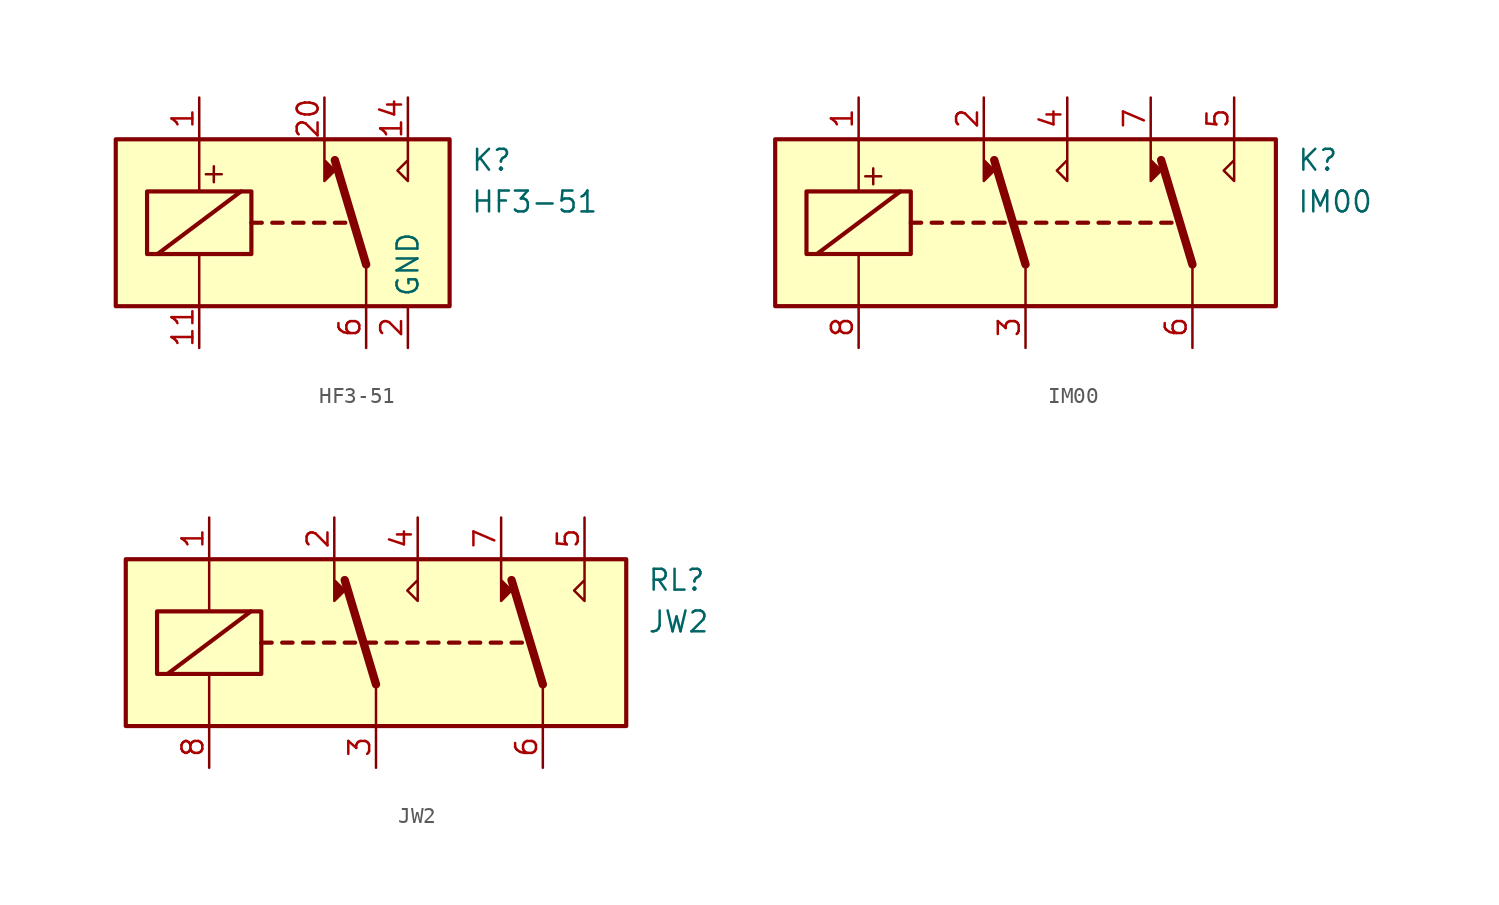
<source format=kicad_sym>
(kicad_symbol_lib
  (version 20220914)
  (generator kicad_symbol_editor)
  (symbol "HF3-51"
    (property "Reference" "K"
      (at 11.43 3.81 0)
      (effects (font (size 1.27 1.27)) (justify left)))
    (property "Value" "HF3-51"
      (at 11.43 1.27 0)
      (effects (font (size 1.27 1.27)) (justify left)))
    (symbol "HF3-51_0_0"
      (polyline (pts (xy 7.62 5.08) (xy 7.62 2.54) (xy 6.985 3.175) (xy 7.62 3.81)) (stroke (width 0) (type default)) (fill (type none)))
      (text "+" (at -4.191 3.048 0) (effects (font (size 1.27 1.27)))))
    (symbol "HF3-51_0_1"
      (rectangle (start -10.16 5.08) (end 10.16 -5.08) (stroke (width 0.254) (type default)) (fill (type background)))
      (rectangle (start -8.255 1.905) (end -1.905 -1.905) (stroke (width 0.254) (type default)) (fill (type none)))
      (polyline (pts (xy -7.62 -1.905) (xy -2.54 1.905)) (stroke (width 0.254) (type default)) (fill (type none)))
      (polyline (pts (xy -5.08 -5.08) (xy -5.08 -1.905)) (stroke (width 0) (type default)) (fill (type none)))
      (polyline (pts (xy -5.08 5.08) (xy -5.08 1.905)) (stroke (width 0) (type default)) (fill (type none)))
      (polyline (pts (xy -1.905 0) (xy -1.27 0)) (stroke (width 0.254) (type default)) (fill (type none)))
      (polyline (pts (xy -0.635 0) (xy 0 0)) (stroke (width 0.254) (type default)) (fill (type none)))
      (polyline (pts (xy 0.635 0) (xy 1.27 0)) (stroke (width 0.254) (type default)) (fill (type none)))
      (polyline (pts (xy 1.905 0) (xy 2.54 0)) (stroke (width 0.254) (type default)) (fill (type none)))
      (polyline (pts (xy 3.175 0) (xy 3.81 0)) (stroke (width 0.254) (type default)) (fill (type none)))
      (polyline (pts (xy 5.08 -2.54) (xy 3.175 3.81)) (stroke (width 0.508) (type default)) (fill (type none)))
      (polyline (pts (xy 5.08 -2.54) (xy 5.08 -5.08)) (stroke (width 0) (type default)) (fill (type none)))
      (polyline (pts (xy 2.54 5.08) (xy 2.54 2.54) (xy 3.175 3.175) (xy 2.54 3.81)) (stroke (width 0) (type default)) (fill (type outline))))
    (symbol "HF3-51_1_1"
      (pin passive line (at -5.08 7.62 270) (length 2.54) (name "~" (effects (font (size 1.27 1.27)))) (number "1" (effects (font (size 1.27 1.27)))))
      (pin passive line (at 7.62 -7.62 90) (length 2.54) hide (name "GND" (effects (font (size 1.27 1.27)))) (number "10" (effects (font (size 1.27 1.27)))))
      (pin passive line (at -5.08 -7.62 90) (length 2.54) (name "~" (effects (font (size 1.27 1.27)))) (number "11" (effects (font (size 1.27 1.27)))))
      (pin passive line (at 7.62 -7.62 90) (length 2.54) hide (name "GND" (effects (font (size 1.27 1.27)))) (number "12" (effects (font (size 1.27 1.27)))))
      (pin passive line (at 7.62 -7.62 90) (length 2.54) hide (name "GND" (effects (font (size 1.27 1.27)))) (number "13" (effects (font (size 1.27 1.27)))))
      (pin passive line (at 7.62 7.62 270) (length 2.54) (name "~" (effects (font (size 1.27 1.27)))) (number "14" (effects (font (size 1.27 1.27)))))
      (pin passive line (at 7.62 -7.62 90) (length 2.54) hide (name "GND" (effects (font (size 1.27 1.27)))) (number "15" (effects (font (size 1.27 1.27)))))
      (pin passive line (at 7.62 -7.62 90) (length 2.54) hide (name "GND" (effects (font (size 1.27 1.27)))) (number "17" (effects (font (size 1.27 1.27)))))
      (pin passive line (at 7.62 -7.62 90) (length 2.54) hide (name "GND" (effects (font (size 1.27 1.27)))) (number "19" (effects (font (size 1.27 1.27)))))
      (pin power_in line (at 7.62 -7.62 90) (length 2.54) (name "GND" (effects (font (size 1.27 1.27)))) (number "2" (effects (font (size 1.27 1.27)))))
      (pin passive line (at 2.54 7.62 270) (length 2.54) (name "~" (effects (font (size 1.27 1.27)))) (number "20" (effects (font (size 1.27 1.27)))))
      (pin passive line (at 7.62 -7.62 90) (length 2.54) hide (name "GND" (effects (font (size 1.27 1.27)))) (number "21" (effects (font (size 1.27 1.27)))))
      (pin passive line (at 7.62 -7.62 90) (length 2.54) hide (name "GND" (effects (font (size 1.27 1.27)))) (number "22" (effects (font (size 1.27 1.27)))))
      (pin passive line (at 7.62 -7.62 90) (length 2.54) hide (name "GND" (effects (font (size 1.27 1.27)))) (number "5" (effects (font (size 1.27 1.27)))))
      (pin passive line (at 5.08 -7.62 90) (length 2.54) (name "~" (effects (font (size 1.27 1.27)))) (number "6" (effects (font (size 1.27 1.27)))))
      (pin passive line (at 7.62 -7.62 90) (length 2.54) hide (name "GND" (effects (font (size 1.27 1.27)))) (number "7" (effects (font (size 1.27 1.27)))))))
  (symbol "IM00"
    (property "Reference" "K"
      (at 16.51 3.81 0)
      (effects (font (size 1.27 1.27)) (justify left)))
    (property "Value" "IM00"
      (at 16.51 1.27 0)
      (effects (font (size 1.27 1.27)) (justify left)))
    (symbol "IM00_0_0"
      (text "+" (at -9.271 2.921 0) (effects (font (size 1.27 1.27)))))
    (symbol "IM00_0_1"
      (rectangle (start -15.24 5.08) (end 15.24 -5.08) (stroke (width 0.254) (type default)) (fill (type background)))
      (rectangle (start -13.335 1.905) (end -6.985 -1.905) (stroke (width 0.254) (type default)) (fill (type none)))
      (polyline (pts (xy -12.7 -1.905) (xy -7.62 1.905)) (stroke (width 0.254) (type default)) (fill (type none)))
      (polyline (pts (xy -10.16 -5.08) (xy -10.16 -1.905)) (stroke (width 0) (type default)) (fill (type none)))
      (polyline (pts (xy -10.16 5.08) (xy -10.16 1.905)) (stroke (width 0) (type default)) (fill (type none)))
      (polyline (pts (xy -6.985 0) (xy -6.35 0)) (stroke (width 0.254) (type default)) (fill (type none)))
      (polyline (pts (xy -5.715 0) (xy -5.08 0)) (stroke (width 0.254) (type default)) (fill (type none)))
      (polyline (pts (xy -4.445 0) (xy -3.81 0)) (stroke (width 0.254) (type default)) (fill (type none)))
      (polyline (pts (xy -3.175 0) (xy -2.54 0)) (stroke (width 0.254) (type default)) (fill (type none)))
      (polyline (pts (xy -1.905 0) (xy -1.27 0)) (stroke (width 0.254) (type default)) (fill (type none)))
      (polyline (pts (xy -0.635 0) (xy 0 0)) (stroke (width 0.254) (type default)) (fill (type none)))
      (polyline (pts (xy 0 -2.54) (xy -1.905 3.81)) (stroke (width 0.508) (type default)) (fill (type none)))
      (polyline (pts (xy 0 -2.54) (xy 0 -5.08)) (stroke (width 0) (type default)) (fill (type none)))
      (polyline (pts (xy 0.635 0) (xy 1.27 0)) (stroke (width 0.254) (type default)) (fill (type none)))
      (polyline (pts (xy 1.905 0) (xy 2.54 0)) (stroke (width 0.254) (type default)) (fill (type none)))
      (polyline (pts (xy 3.175 0) (xy 3.81 0)) (stroke (width 0.254) (type default)) (fill (type none)))
      (polyline (pts (xy 4.445 0) (xy 5.08 0)) (stroke (width 0.254) (type default)) (fill (type none)))
      (polyline (pts (xy 5.715 0) (xy 6.35 0)) (stroke (width 0.254) (type default)) (fill (type none)))
      (polyline (pts (xy 6.985 0) (xy 7.62 0)) (stroke (width 0.254) (type default)) (fill (type none)))
      (polyline (pts (xy 8.255 0) (xy 8.89 0)) (stroke (width 0.254) (type default)) (fill (type none)))
      (polyline (pts (xy 10.16 -2.54) (xy 8.255 3.81)) (stroke (width 0.508) (type default)) (fill (type none)))
      (polyline (pts (xy 10.16 -2.54) (xy 10.16 -5.08)) (stroke (width 0) (type default)) (fill (type none)))
      (polyline (pts (xy -2.54 5.08) (xy -2.54 2.54) (xy -1.905 3.175) (xy -2.54 3.81)) (stroke (width 0) (type default)) (fill (type outline)))
      (polyline (pts (xy 2.54 5.08) (xy 2.54 2.54) (xy 1.905 3.175) (xy 2.54 3.81)) (stroke (width 0) (type default)) (fill (type none)))
      (polyline (pts (xy 7.62 5.08) (xy 7.62 2.54) (xy 8.255 3.175) (xy 7.62 3.81)) (stroke (width 0) (type default)) (fill (type outline)))
      (polyline (pts (xy 12.7 5.08) (xy 12.7 2.54) (xy 12.065 3.175) (xy 12.7 3.81)) (stroke (width 0) (type default)) (fill (type none))))
    (symbol "IM00_1_1"
      (pin passive line (at -10.16 7.62 270) (length 2.54) (name "~" (effects (font (size 1.27 1.27)))) (number "1" (effects (font (size 1.27 1.27)))))
      (pin passive line (at -2.54 7.62 270) (length 2.54) (name "~" (effects (font (size 1.27 1.27)))) (number "2" (effects (font (size 1.27 1.27)))))
      (pin passive line (at 0 -7.62 90) (length 2.54) (name "~" (effects (font (size 1.27 1.27)))) (number "3" (effects (font (size 1.27 1.27)))))
      (pin passive line (at 2.54 7.62 270) (length 2.54) (name "~" (effects (font (size 1.27 1.27)))) (number "4" (effects (font (size 1.27 1.27)))))
      (pin passive line (at 12.7 7.62 270) (length 2.54) (name "~" (effects (font (size 1.27 1.27)))) (number "5" (effects (font (size 1.27 1.27)))))
      (pin passive line (at 10.16 -7.62 90) (length 2.54) (name "~" (effects (font (size 1.27 1.27)))) (number "6" (effects (font (size 1.27 1.27)))))
      (pin passive line (at 7.62 7.62 270) (length 2.54) (name "~" (effects (font (size 1.27 1.27)))) (number "7" (effects (font (size 1.27 1.27)))))
      (pin passive line (at -10.16 -7.62 90) (length 2.54) (name "~" (effects (font (size 1.27 1.27)))) (number "8" (effects (font (size 1.27 1.27)))))))
  (symbol "JW2"
    (property "Reference" "RL"
      (at 16.51 3.81 0)
      (effects (font (size 1.27 1.27)) (justify left)))
    (property "Value" "JW2"
      (at 16.51 1.27 0)
      (effects (font (size 1.27 1.27)) (justify left)))
    (symbol "JW2_0_1"
      (rectangle (start -15.24 5.08) (end 15.24 -5.08) (stroke (width 0.254) (type default)) (fill (type background)))
      (rectangle (start -13.335 1.905) (end -6.985 -1.905) (stroke (width 0.254) (type default)) (fill (type none)))
      (polyline (pts (xy -12.7 -1.905) (xy -7.62 1.905)) (stroke (width 0.254) (type default)) (fill (type none)))
      (polyline (pts (xy -10.16 -5.08) (xy -10.16 -1.905)) (stroke (width 0) (type default)) (fill (type none)))
      (polyline (pts (xy -10.16 5.08) (xy -10.16 1.905)) (stroke (width 0) (type default)) (fill (type none)))
      (polyline (pts (xy -6.985 0) (xy -6.35 0)) (stroke (width 0.254) (type default)) (fill (type none)))
      (polyline (pts (xy -5.715 0) (xy -5.08 0)) (stroke (width 0.254) (type default)) (fill (type none)))
      (polyline (pts (xy -4.445 0) (xy -3.81 0)) (stroke (width 0.254) (type default)) (fill (type none)))
      (polyline (pts (xy -3.175 0) (xy -2.54 0)) (stroke (width 0.254) (type default)) (fill (type none)))
      (polyline (pts (xy -1.905 0) (xy -1.27 0)) (stroke (width 0.254) (type default)) (fill (type none)))
      (polyline (pts (xy -0.635 0) (xy 0 0)) (stroke (width 0.254) (type default)) (fill (type none)))
      (polyline (pts (xy 0 -2.54) (xy -1.905 3.81)) (stroke (width 0.508) (type default)) (fill (type none)))
      (polyline (pts (xy 0 -2.54) (xy 0 -5.08)) (stroke (width 0) (type default)) (fill (type none)))
      (polyline (pts (xy 0.635 0) (xy 1.27 0)) (stroke (width 0.254) (type default)) (fill (type none)))
      (polyline (pts (xy 1.905 0) (xy 2.54 0)) (stroke (width 0.254) (type default)) (fill (type none)))
      (polyline (pts (xy 3.175 0) (xy 3.81 0)) (stroke (width 0.254) (type default)) (fill (type none)))
      (polyline (pts (xy 4.445 0) (xy 5.08 0)) (stroke (width 0.254) (type default)) (fill (type none)))
      (polyline (pts (xy 5.715 0) (xy 6.35 0)) (stroke (width 0.254) (type default)) (fill (type none)))
      (polyline (pts (xy 6.985 0) (xy 7.62 0)) (stroke (width 0.254) (type default)) (fill (type none)))
      (polyline (pts (xy 8.255 0) (xy 8.89 0)) (stroke (width 0.254) (type default)) (fill (type none)))
      (polyline (pts (xy 10.16 -2.54) (xy 8.255 3.81)) (stroke (width 0.508) (type default)) (fill (type none)))
      (polyline (pts (xy 10.16 -2.54) (xy 10.16 -5.08)) (stroke (width 0) (type default)) (fill (type none)))
      (polyline (pts (xy -2.54 5.08) (xy -2.54 2.54) (xy -1.905 3.175) (xy -2.54 3.81)) (stroke (width 0) (type default)) (fill (type outline)))
      (polyline (pts (xy 2.54 5.08) (xy 2.54 2.54) (xy 1.905 3.175) (xy 2.54 3.81)) (stroke (width 0) (type default)) (fill (type none)))
      (polyline (pts (xy 7.62 5.08) (xy 7.62 2.54) (xy 8.255 3.175) (xy 7.62 3.81)) (stroke (width 0) (type default)) (fill (type outline)))
      (polyline (pts (xy 12.7 5.08) (xy 12.7 2.54) (xy 12.065 3.175) (xy 12.7 3.81)) (stroke (width 0) (type default)) (fill (type none))))
    (symbol "JW2_1_1"
      (pin passive line (at -10.16 7.62 270) (length 2.54) (name "~" (effects (font (size 1.27 1.27)))) (number "1" (effects (font (size 1.27 1.27)))))
      (pin passive line (at -2.54 7.62 270) (length 2.54) (name "~" (effects (font (size 1.27 1.27)))) (number "2" (effects (font (size 1.27 1.27)))))
      (pin passive line (at 0 -7.62 90) (length 2.54) (name "~" (effects (font (size 1.27 1.27)))) (number "3" (effects (font (size 1.27 1.27)))))
      (pin passive line (at 2.54 7.62 270) (length 2.54) (name "~" (effects (font (size 1.27 1.27)))) (number "4" (effects (font (size 1.27 1.27)))))
      (pin passive line (at 12.7 7.62 270) (length 2.54) (name "~" (effects (font (size 1.27 1.27)))) (number "5" (effects (font (size 1.27 1.27)))))
      (pin passive line (at 10.16 -7.62 90) (length 2.54) (name "~" (effects (font (size 1.27 1.27)))) (number "6" (effects (font (size 1.27 1.27)))))
      (pin passive line (at 7.62 7.62 270) (length 2.54) (name "~" (effects (font (size 1.27 1.27)))) (number "7" (effects (font (size 1.27 1.27)))))
      (pin passive line (at -10.16 -7.62 90) (length 2.54) (name "~" (effects (font (size 1.27 1.27)))) (number "8" (effects (font (size 1.27 1.27))))))))
</source>
